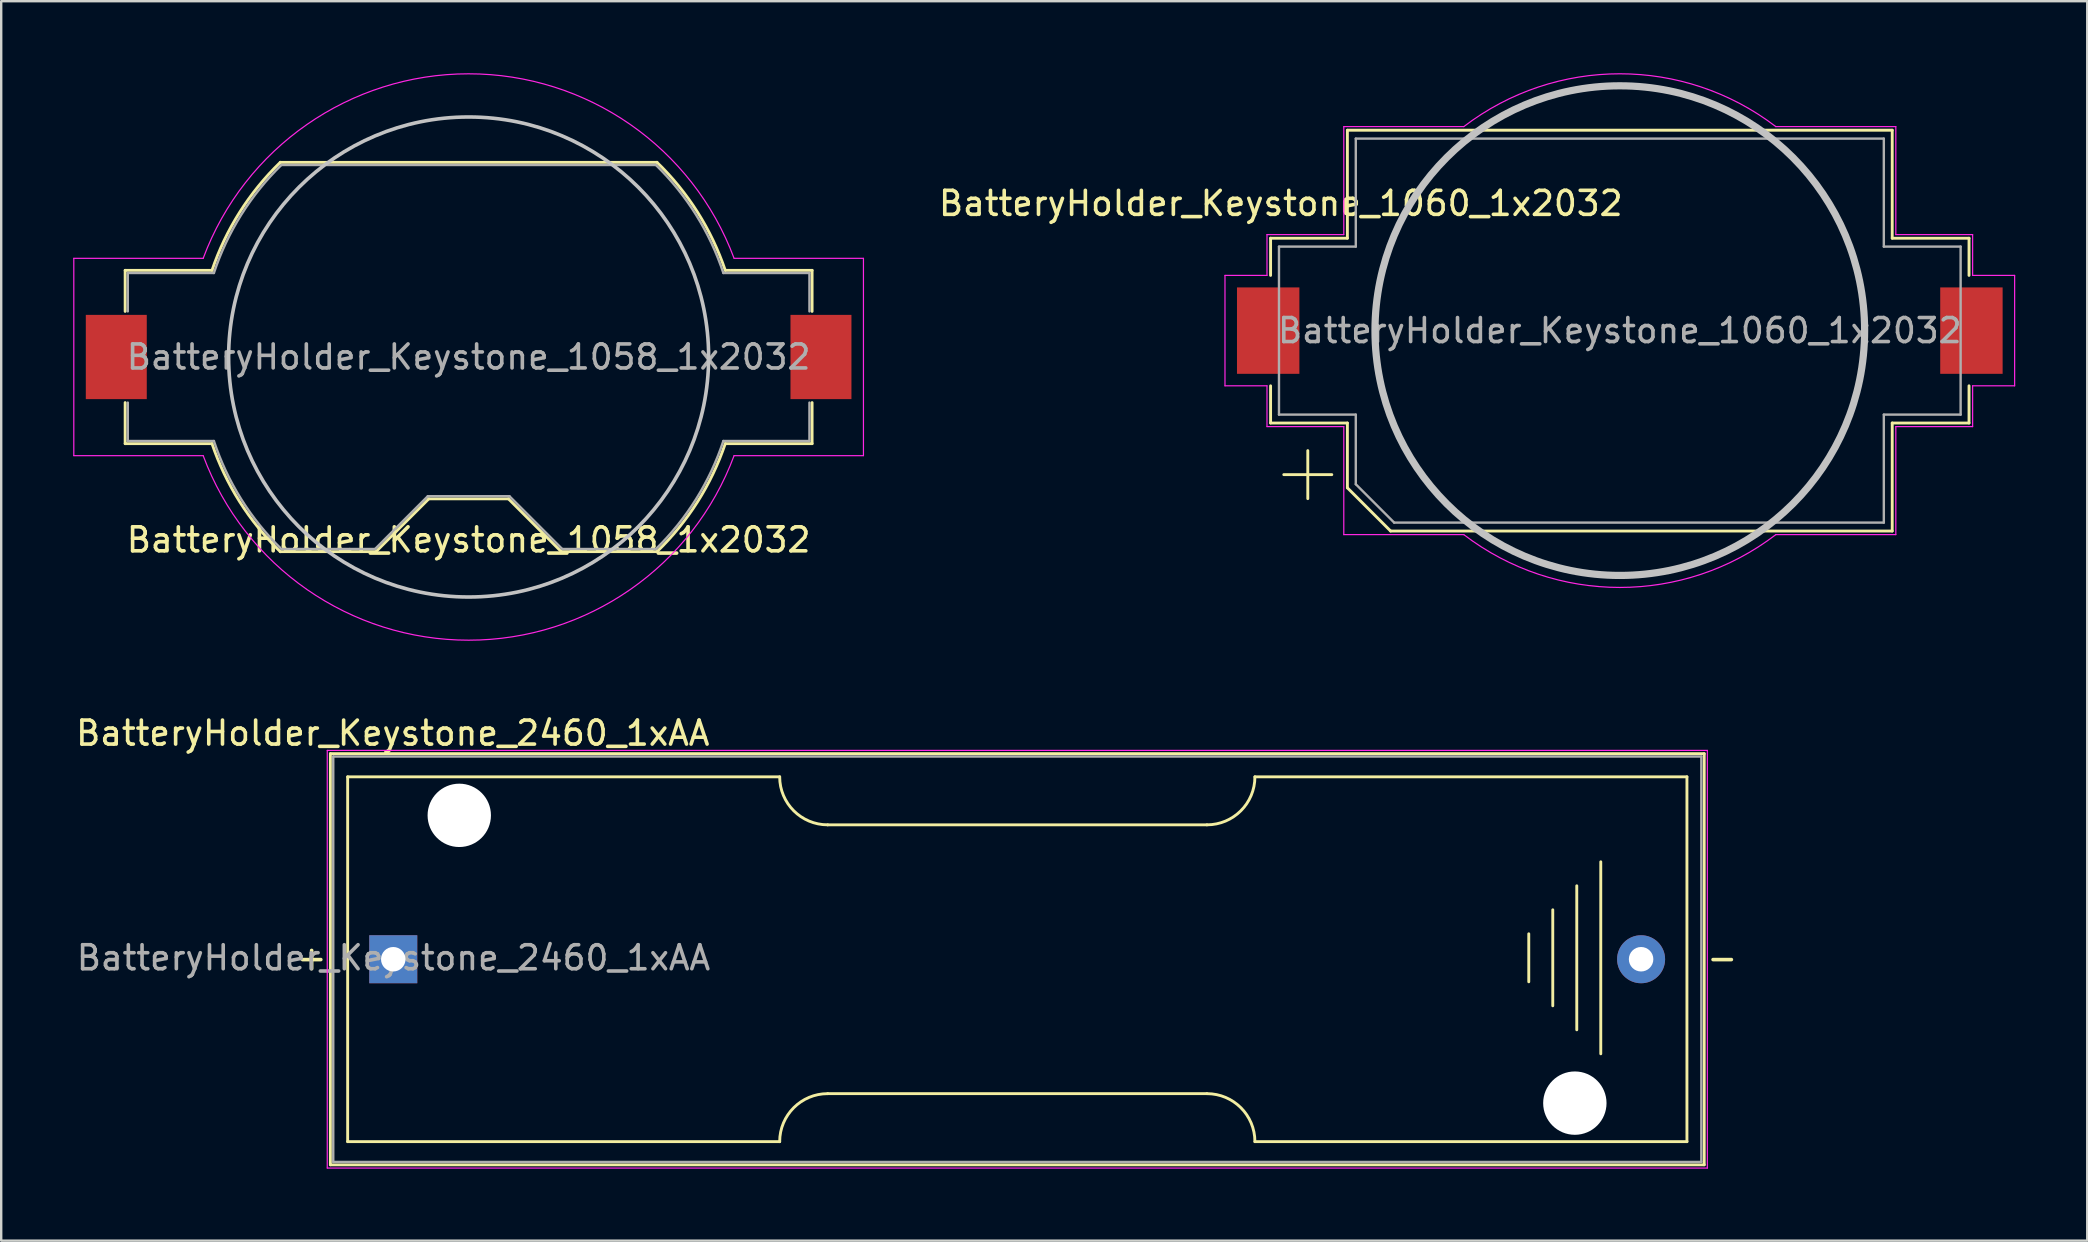
<source format=kicad_pcb>
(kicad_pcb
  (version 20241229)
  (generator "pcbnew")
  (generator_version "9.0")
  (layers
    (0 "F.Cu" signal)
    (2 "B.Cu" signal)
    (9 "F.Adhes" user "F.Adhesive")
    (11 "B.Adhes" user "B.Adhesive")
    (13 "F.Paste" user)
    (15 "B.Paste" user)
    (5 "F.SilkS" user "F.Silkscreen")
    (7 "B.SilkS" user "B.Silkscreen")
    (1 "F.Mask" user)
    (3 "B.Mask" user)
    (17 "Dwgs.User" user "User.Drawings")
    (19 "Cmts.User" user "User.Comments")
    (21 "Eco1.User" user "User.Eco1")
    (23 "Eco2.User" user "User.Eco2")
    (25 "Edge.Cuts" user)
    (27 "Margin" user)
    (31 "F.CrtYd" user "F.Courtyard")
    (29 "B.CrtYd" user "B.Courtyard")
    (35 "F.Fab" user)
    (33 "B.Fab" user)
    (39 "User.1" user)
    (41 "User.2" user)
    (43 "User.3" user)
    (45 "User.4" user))
  (footprint "BatteryHolder_Keystone_2460_1xAA"
    (layer "F.Cu")
    (at 13.335 36.916)
    (property "Reference" "BatteryHolder_Keystone_2460_1xAA" (at -0.02 -9.42 180) (layer "F.SilkS") (effects (font (size 1 1) (thickness 0.15))))
    (attr through_hole)
    (fp_line (start -2.62 -8.565) (end 54.62 -8.565) (stroke (width 0.12) (type solid)) (layer "F.SilkS"))
    (fp_line (start -2.62 8.565) (end -2.62 -8.565) (stroke (width 0.12) (type solid)) (layer "F.SilkS"))
    (fp_line (start -1.9 -7.6) (end -1.9 7.6) (stroke (width 0.12) (type solid)) (layer "F.SilkS"))
    (fp_line (start -1.9 -7.6) (end 16.1 -7.6) (stroke (width 0.12) (type solid)) (layer "F.SilkS"))
    (fp_line (start -1.9 7.6) (end 16.1 7.6) (stroke (width 0.12) (type solid)) (layer "F.SilkS"))
    (fp_line (start 18.1 -5.6) (end 33.9 -5.6) (stroke (width 0.12) (type solid)) (layer "F.SilkS"))
    (fp_line (start 33.9 5.6) (end 18.1 5.6) (stroke (width 0.12) (type solid)) (layer "F.SilkS"))
    (fp_line (start 35.9 -7.6) (end 53.9 -7.6) (stroke (width 0.12) (type solid)) (layer "F.SilkS"))
    (fp_line (start 35.9 7.6) (end 53.9 7.6) (stroke (width 0.12) (type solid)) (layer "F.SilkS"))
    (fp_line (start 47.31 -1.06) (end 47.31 0.94) (stroke (width 0.12) (type solid)) (layer "F.SilkS"))
    (fp_line (start 48.31 -2.06) (end 48.31 1.94) (stroke (width 0.12) (type solid)) (layer "F.SilkS"))
    (fp_line (start 49.31 2.94) (end 49.31 -3.06) (stroke (width 0.12) (type solid)) (layer "F.SilkS"))
    (fp_line (start 50.31 -4.06) (end 50.31 3.94) (stroke (width 0.12) (type solid)) (layer "F.SilkS"))
    (fp_line (start 53.9 -7.6) (end 53.9 7.6) (stroke (width 0.12) (type solid)) (layer "F.SilkS"))
    (fp_line (start 54.62 -8.565) (end 54.62 8.565) (stroke (width 0.12) (type solid)) (layer "F.SilkS"))
    (fp_line (start 54.62 8.565) (end -2.62 8.565) (stroke (width 0.12) (type solid)) (layer "F.SilkS"))
    (fp_arc (start 16.1 7.6) (mid 16.685786 6.185786) (end 18.1 5.6) (stroke (width 0.12) (type solid)) (layer "F.SilkS"))
    (fp_arc (start 18.1 -5.6) (mid 16.685786 -6.185786) (end 16.1 -7.6) (stroke (width 0.12) (type solid)) (layer "F.SilkS"))
    (fp_arc (start 33.9 5.6) (mid 35.314214 6.185786) (end 35.9 7.6) (stroke (width 0.12) (type solid)) (layer "F.SilkS"))
    (fp_arc (start 35.9 -7.6) (mid 35.314214 -6.185786) (end 33.9 -5.6) (stroke (width 0.12) (type solid)) (layer "F.SilkS"))
    (fp_line (start -2.75 -8.7) (end 54.75 -8.7) (stroke (width 0.05) (type solid)) (layer "F.CrtYd"))
    (fp_line (start -2.75 8.7) (end -2.75 -8.7) (stroke (width 0.05) (type solid)) (layer "F.CrtYd"))
    (fp_line (start 54.75 -8.7) (end 54.75 8.7) (stroke (width 0.05) (type solid)) (layer "F.CrtYd"))
    (fp_line (start 54.75 8.7) (end -2.75 8.7) (stroke (width 0.05) (type solid)) (layer "F.CrtYd"))
    (fp_line (start -2.5 -8.445) (end -2.5 8.445) (stroke (width 0.1) (type solid)) (layer "F.Fab"))
    (fp_line (start -2.5 8.445) (end 54.5 8.445) (stroke (width 0.1) (type solid)) (layer "F.Fab"))
    (fp_line (start 54.5 -8.445) (end -2.5 -8.445) (stroke (width 0.1) (type solid)) (layer "F.Fab"))
    (fp_line (start 54.5 8.445) (end 54.5 -8.445) (stroke (width 0.1) (type solid)) (layer "F.Fab"))
    (fp_text user "-" (at 55.37 -0.06 0) (layer "F.SilkS") (effects (font (size 1 1) (thickness 0.15))))
    (fp_text user "+" (at -3.4 -0.06 0) (layer "F.SilkS") (effects (font (size 1 1) (thickness 0.15))))
    (fp_text user "${REFERENCE}" (at 0.01 -0.06 0) (layer "F.Fab") (effects (font (size 1 1) (thickness 0.15))))
    (pad "" np_thru_hole circle (at 2.75 -5.995 90) (size 2.64 2.64) (drill 2.64) (layers "*.Cu" "*.Mask"))
    (pad "" np_thru_hole circle (at 49.23 5.995) (size 2.64 2.64) (drill 2.64) (layers "*.Cu" "*.Mask"))
    (pad "1" thru_hole rect (at 0 0 180) (size 2 2) (drill 1.02) (layers "*.Cu" "*.Mask"))
    (pad "2" thru_hole circle (at 51.99 0 180) (size 2 2) (drill 1.02) (layers "*.Cu" "*.Mask")))
  (footprint "BatteryHolder_Keystone_1058_1x2032"
    (layer "F.Cu")
    (at 16.475 11.824)
    (property "Reference" "BatteryHolder_Keystone_1058_1x2032" (at 0 7.62 0) (layer "F.SilkS") (effects (font (size 1 1) (thickness 0.15))))
    (attr smd)
    (fp_line (start -14.31 -3.61) (end -10.692 -3.61) (stroke (width 0.12) (type solid)) (layer "F.SilkS"))
    (fp_line (start -14.31 -1.9) (end -14.31 -3.61) (stroke (width 0.12) (type solid)) (layer "F.SilkS"))
    (fp_line (start -14.31 1.9) (end -14.31 3.61) (stroke (width 0.12) (type solid)) (layer "F.SilkS"))
    (fp_line (start -10.692 3.61) (end -14.31 3.61) (stroke (width 0.12) (type solid)) (layer "F.SilkS"))
    (fp_line (start -7.847 -8.11) (end 7.847 -8.11) (stroke (width 0.12) (type solid)) (layer "F.SilkS"))
    (fp_line (start -3.86 8.11) (end -7.847 8.11) (stroke (width 0.12) (type solid)) (layer "F.SilkS"))
    (fp_line (start -1.66 5.91) (end -3.86 8.11) (stroke (width 0.12) (type solid)) (layer "F.SilkS"))
    (fp_line (start 1.66 5.91) (end -1.66 5.91) (stroke (width 0.12) (type solid)) (layer "F.SilkS"))
    (fp_line (start 1.66 5.91) (end 3.86 8.11) (stroke (width 0.12) (type solid)) (layer "F.SilkS"))
    (fp_line (start 7.847 8.11) (end 3.86 8.11) (stroke (width 0.12) (type solid)) (layer "F.SilkS"))
    (fp_line (start 10.692 -3.61) (end 14.31 -3.61) (stroke (width 0.12) (type solid)) (layer "F.SilkS"))
    (fp_line (start 14.31 -1.9) (end 14.31 -3.61) (stroke (width 0.12) (type solid)) (layer "F.SilkS"))
    (fp_line (start 14.31 1.9) (end 14.31 3.61) (stroke (width 0.12) (type solid)) (layer "F.SilkS"))
    (fp_line (start 14.31 3.61) (end 10.692 3.61) (stroke (width 0.12) (type solid)) (layer "F.SilkS"))
    (fp_arc (start -10.692 -3.61) (mid -9.538084 -6.031244) (end -7.845371 -8.111789) (stroke (width 0.12) (type solid)) (layer "F.SilkS"))
    (fp_arc (start -7.845371 8.111789) (mid -9.538085 6.031244) (end -10.692 3.61) (stroke (width 0.12) (type solid)) (layer "F.SilkS"))
    (fp_arc (start 7.845371 -8.111789) (mid 9.538085 -6.031244) (end 10.692 -3.61) (stroke (width 0.12) (type solid)) (layer "F.SilkS"))
    (fp_arc (start 10.692 3.61) (mid 9.538084 6.031244) (end 7.845371 8.111789) (stroke (width 0.12) (type solid)) (layer "F.SilkS"))
    (fp_circle (center 0 0) (end 10 0) (stroke (width 0.15) (type solid)) (fill no) (layer "Dwgs.User"))
    (fp_line (start -16.45 -4.11) (end -16.45 4.11) (stroke (width 0.05) (type solid)) (layer "F.CrtYd"))
    (fp_line (start -16.45 -4.11) (end -11.06 -4.11) (stroke (width 0.05) (type solid)) (layer "F.CrtYd"))
    (fp_line (start -16.45 4.11) (end -11.06 4.11) (stroke (width 0.05) (type solid)) (layer "F.CrtYd"))
    (fp_line (start 11.06 4.11) (end 16.45 4.11) (stroke (width 0.05) (type solid)) (layer "F.CrtYd"))
    (fp_line (start 16.45 -4.11) (end 11.06 -4.11) (stroke (width 0.05) (type solid)) (layer "F.CrtYd"))
    (fp_line (start 16.45 4.11) (end 16.45 -4.11) (stroke (width 0.05) (type solid)) (layer "F.CrtYd"))
    (fp_arc (start -11.06 -4.11) (mid -0.002978 -11.79897) (end 11.057924 -4.115582) (stroke (width 0.05) (type solid)) (layer "F.CrtYd"))
    (fp_arc (start 11.06 4.11) (mid 0.002978 11.79897) (end -11.057924 4.115582) (stroke (width 0.05) (type solid)) (layer "F.CrtYd"))
    (fp_line (start -14.2 -3.5) (end -14.2 -1.9) (stroke (width 0.1) (type solid)) (layer "F.Fab"))
    (fp_line (start -14.2 -3.5) (end -10.613 -3.5) (stroke (width 0.1) (type solid)) (layer "F.Fab"))
    (fp_line (start -14.2 1.9) (end -14.2 3.5) (stroke (width 0.1) (type solid)) (layer "F.Fab"))
    (fp_line (start -14.2 3.5) (end -10.613 3.5) (stroke (width 0.1) (type solid)) (layer "F.Fab"))
    (fp_line (start -7.803 -8) (end 7.803 -8) (stroke (width 0.1) (type solid)) (layer "F.Fab"))
    (fp_line (start -3.9 8) (end -7.803 8) (stroke (width 0.1) (type solid)) (layer "F.Fab"))
    (fp_line (start -1.7 5.8) (end -3.9 8) (stroke (width 0.1) (type solid)) (layer "F.Fab"))
    (fp_line (start -1.7 5.8) (end 1.7 5.8) (stroke (width 0.1) (type solid)) (layer "F.Fab"))
    (fp_line (start 1.7 5.8) (end 3.9 8) (stroke (width 0.1) (type solid)) (layer "F.Fab"))
    (fp_line (start 3.9 8) (end 7.803 8) (stroke (width 0.1) (type solid)) (layer "F.Fab"))
    (fp_line (start 10.613 -3.5) (end 14.2 -3.5) (stroke (width 0.1) (type solid)) (layer "F.Fab"))
    (fp_line (start 14.2 -3.5) (end 14.2 -1.9) (stroke (width 0.1) (type solid)) (layer "F.Fab"))
    (fp_line (start 14.2 1.9) (end 14.2 3.5) (stroke (width 0.1) (type solid)) (layer "F.Fab"))
    (fp_line (start 14.2 3.5) (end 10.613 3.5) (stroke (width 0.1) (type solid)) (layer "F.Fab"))
    (fp_arc (start -10.61275 -3.5) (mid -9.478596 -5.919179) (end -7.802602 -7.999992) (stroke (width 0.1) (type solid)) (layer "F.Fab"))
    (fp_arc (start -7.802602 7.999992) (mid -9.478596 5.91918) (end -10.61275 3.5) (stroke (width 0.1) (type solid)) (layer "F.Fab"))
    (fp_arc (start 7.802602 -7.999992) (mid 9.478596 -5.91918) (end 10.61275 -3.5) (stroke (width 0.1) (type solid)) (layer "F.Fab"))
    (fp_arc (start 10.61275 3.5) (mid 9.478596 5.919179) (end 7.802602 7.999992) (stroke (width 0.1) (type solid)) (layer "F.Fab"))
    (fp_text user "${REFERENCE}" (at 0 0 0) (layer "F.Fab") (effects (font (size 1 1) (thickness 0.15))))
    (pad "1" smd rect (at -14.68 0) (size 2.54 3.51) (layers "F.Cu" "F.Mask" "F.Paste"))
    (pad "2" smd rect (at 14.68 0) (size 2.54 3.51) (layers "F.Cu" "F.Mask" "F.Paste")))
  (footprint "BatteryHolder_Keystone_1060_1x2032"
    (layer "F.Cu")
    (at 64.438 10.725)
    (property "Reference" "BatteryHolder_Keystone_1060_1x2032" (at -14.125 -5.3 0) (layer "F.SilkS") (effects (font (size 1 1) (thickness 0.15))))
    (attr smd)
    (fp_line (start -14.55 -3.85) (end -14.55 -2.3) (stroke (width 0.12) (type solid)) (layer "F.SilkS"))
    (fp_line (start -14.55 3.85) (end -14.55 2.3) (stroke (width 0.12) (type solid)) (layer "F.SilkS"))
    (fp_line (start -13 5) (end -13 7) (stroke (width 0.12) (type solid)) (layer "F.SilkS"))
    (fp_line (start -12 6) (end -14 6) (stroke (width 0.12) (type solid)) (layer "F.SilkS"))
    (fp_line (start -11.35 -8.35) (end -11.35 -3.85) (stroke (width 0.12) (type solid)) (layer "F.SilkS"))
    (fp_line (start -11.35 -8.35) (end 11.35 -8.35) (stroke (width 0.12) (type solid)) (layer "F.SilkS"))
    (fp_line (start -11.35 -3.85) (end -14.55 -3.85) (stroke (width 0.12) (type solid)) (layer "F.SilkS"))
    (fp_line (start -11.35 3.85) (end -14.55 3.85) (stroke (width 0.12) (type solid)) (layer "F.SilkS"))
    (fp_line (start -11.35 6.55) (end -11.35 3.85) (stroke (width 0.12) (type solid)) (layer "F.SilkS"))
    (fp_line (start -9.55 8.35) (end -11.35 6.55) (stroke (width 0.12) (type solid)) (layer "F.SilkS"))
    (fp_line (start 11.35 -8.35) (end 11.35 -3.85) (stroke (width 0.12) (type solid)) (layer "F.SilkS"))
    (fp_line (start 11.35 -3.85) (end 14.55 -3.85) (stroke (width 0.12) (type solid)) (layer "F.SilkS"))
    (fp_line (start 11.35 3.85) (end 14.55 3.85) (stroke (width 0.12) (type solid)) (layer "F.SilkS"))
    (fp_line (start 11.35 8.35) (end -9.55 8.35) (stroke (width 0.12) (type solid)) (layer "F.SilkS"))
    (fp_line (start 11.35 8.35) (end 11.35 3.85) (stroke (width 0.12) (type solid)) (layer "F.SilkS"))
    (fp_line (start 14.55 -3.85) (end 14.55 -2.3) (stroke (width 0.12) (type solid)) (layer "F.SilkS"))
    (fp_line (start 14.55 3.85) (end 14.55 2.3) (stroke (width 0.12) (type solid)) (layer "F.SilkS"))
    (fp_circle (center 0 0) (end -10.2 0) (stroke (width 0.3) (type solid)) (fill no) (layer "Dwgs.User"))
    (fp_line (start -16.45 2.3) (end -16.45 -2.3) (stroke (width 0.05) (type solid)) (layer "F.CrtYd"))
    (fp_line (start -14.7 -4) (end -11.5 -4) (stroke (width 0.05) (type solid)) (layer "F.CrtYd"))
    (fp_line (start -14.7 -2.3) (end -16.45 -2.3) (stroke (width 0.05) (type solid)) (layer "F.CrtYd"))
    (fp_line (start -14.7 -2.3) (end -14.7 -4) (stroke (width 0.05) (type solid)) (layer "F.CrtYd"))
    (fp_line (start -14.7 2.3) (end -16.45 2.3) (stroke (width 0.05) (type solid)) (layer "F.CrtYd"))
    (fp_line (start -14.7 4) (end -14.7 2.3) (stroke (width 0.05) (type solid)) (layer "F.CrtYd"))
    (fp_line (start -14.7 4) (end -11.5 4) (stroke (width 0.05) (type solid)) (layer "F.CrtYd"))
    (fp_line (start -11.5 -8.5) (end -6.5 -8.5) (stroke (width 0.05) (type solid)) (layer "F.CrtYd"))
    (fp_line (start -11.5 -4) (end -11.5 -8.5) (stroke (width 0.05) (type solid)) (layer "F.CrtYd"))
    (fp_line (start -11.5 4) (end -11.5 8.5) (stroke (width 0.05) (type solid)) (layer "F.CrtYd"))
    (fp_line (start -6.5 8.5) (end -11.5 8.5) (stroke (width 0.05) (type solid)) (layer "F.CrtYd"))
    (fp_line (start 11.5 -8.5) (end 6.5 -8.5) (stroke (width 0.05) (type solid)) (layer "F.CrtYd"))
    (fp_line (start 11.5 -8.5) (end 11.5 -4) (stroke (width 0.05) (type solid)) (layer "F.CrtYd"))
    (fp_line (start 11.5 -4) (end 14.7 -4) (stroke (width 0.05) (type solid)) (layer "F.CrtYd"))
    (fp_line (start 11.5 4) (end 11.5 8.5) (stroke (width 0.05) (type solid)) (layer "F.CrtYd"))
    (fp_line (start 11.5 8.5) (end 6.5 8.5) (stroke (width 0.05) (type solid)) (layer "F.CrtYd"))
    (fp_line (start 14.7 -4) (end 14.7 -2.3) (stroke (width 0.05) (type solid)) (layer "F.CrtYd"))
    (fp_line (start 14.7 -2.3) (end 16.45 -2.3) (stroke (width 0.05) (type solid)) (layer "F.CrtYd"))
    (fp_line (start 14.7 2.3) (end 14.7 4) (stroke (width 0.05) (type solid)) (layer "F.CrtYd"))
    (fp_line (start 14.7 4) (end 11.5 4) (stroke (width 0.05) (type solid)) (layer "F.CrtYd"))
    (fp_line (start 16.45 -2.3) (end 16.45 2.3) (stroke (width 0.05) (type solid)) (layer "F.CrtYd"))
    (fp_line (start 16.45 2.3) (end 14.7 2.3) (stroke (width 0.05) (type solid)) (layer "F.CrtYd"))
    (fp_arc (start -6.499999 -8.5) (mid 0 -10.700467) (end 6.5 -8.5) (stroke (width 0.05) (type solid)) (layer "F.CrtYd"))
    (fp_arc (start 6.499999 8.5) (mid 0 10.700467) (end -6.5 8.5) (stroke (width 0.05) (type solid)) (layer "F.CrtYd"))
    (fp_line (start -14.2 -3.5) (end -11 -3.5) (stroke (width 0.1) (type solid)) (layer "F.Fab"))
    (fp_line (start -14.2 3.5) (end -14.2 -3.5) (stroke (width 0.1) (type solid)) (layer "F.Fab"))
    (fp_line (start -11 -8) (end -11 -3.5) (stroke (width 0.1) (type solid)) (layer "F.Fab"))
    (fp_line (start -11 3.5) (end -14.2 3.5) (stroke (width 0.1) (type solid)) (layer "F.Fab"))
    (fp_line (start -11 6.4) (end -11 3.5) (stroke (width 0.1) (type solid)) (layer "F.Fab"))
    (fp_line (start -9.4 8) (end -11 6.4) (stroke (width 0.1) (type solid)) (layer "F.Fab"))
    (fp_line (start 11 -8) (end -11 -8) (stroke (width 0.1) (type solid)) (layer "F.Fab"))
    (fp_line (start 11 -8) (end 11 -3.5) (stroke (width 0.1) (type solid)) (layer "F.Fab"))
    (fp_line (start 11 3.5) (end 14.2 3.5) (stroke (width 0.1) (type solid)) (layer "F.Fab"))
    (fp_line (start 11 8) (end -9.4 8) (stroke (width 0.1) (type solid)) (layer "F.Fab"))
    (fp_line (start 11 8) (end 11 3.5) (stroke (width 0.1) (type solid)) (layer "F.Fab"))
    (fp_line (start 14.2 -3.5) (end 11 -3.5) (stroke (width 0.1) (type solid)) (layer "F.Fab"))
    (fp_line (start 14.2 3.5) (end 14.2 -3.5) (stroke (width 0.1) (type solid)) (layer "F.Fab"))
    (fp_text user "${REFERENCE}" (at 0 0 0) (layer "F.Fab") (effects (font (size 1 1) (thickness 0.15))))
    (pad "1" smd rect (at -14.65 0 180) (size 2.6 3.6) (layers "F.Cu" "F.Mask" "F.Paste"))
    (pad "2" smd rect (at 14.65 0 180) (size 2.6 3.6) (layers "F.Cu" "F.Mask" "F.Paste")))
  (gr_rect
    (start -3 -3)
    (end 83.913 48.641)
    (stroke (width 0.1) (type default))
    (fill no)
    (layer "Edge.Cuts")))
</source>
